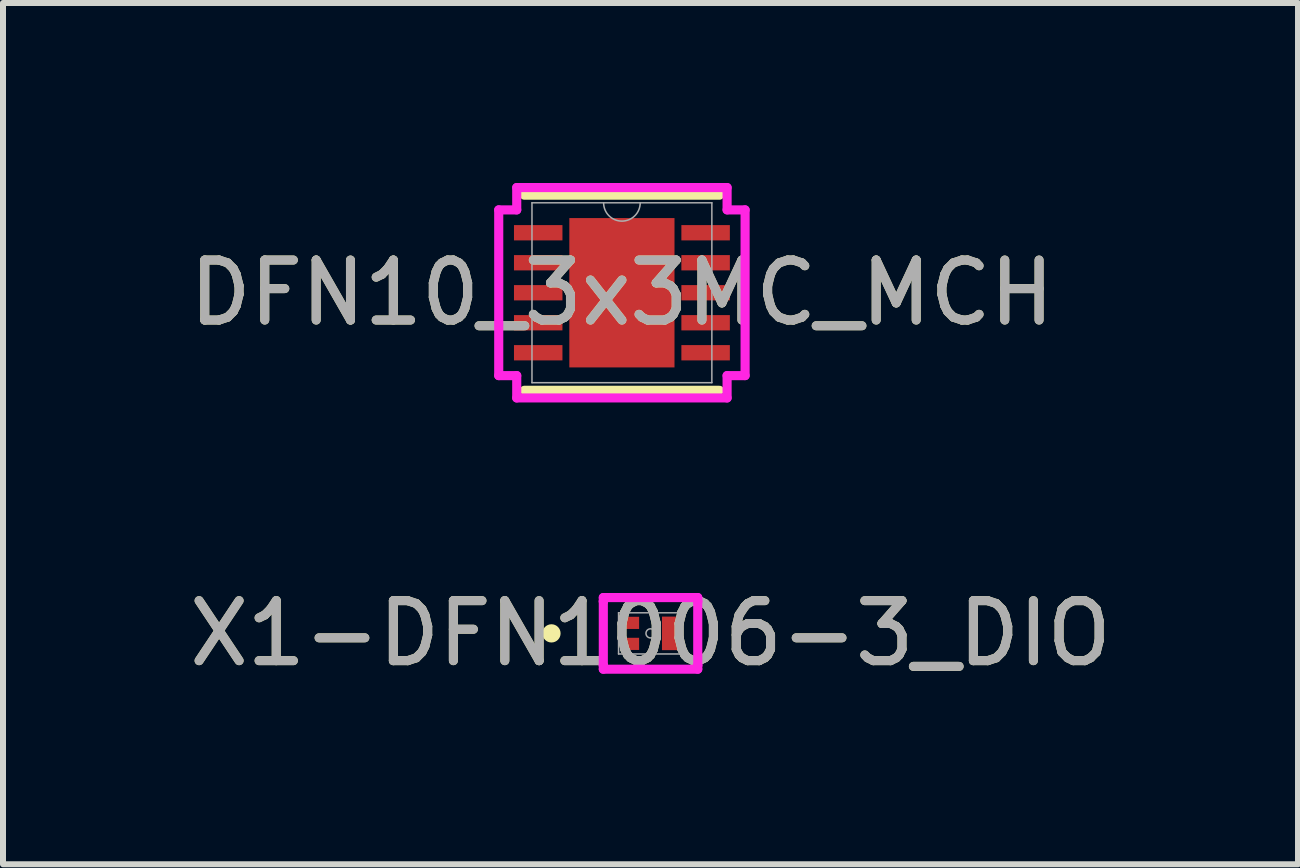
<source format=kicad_pcb>
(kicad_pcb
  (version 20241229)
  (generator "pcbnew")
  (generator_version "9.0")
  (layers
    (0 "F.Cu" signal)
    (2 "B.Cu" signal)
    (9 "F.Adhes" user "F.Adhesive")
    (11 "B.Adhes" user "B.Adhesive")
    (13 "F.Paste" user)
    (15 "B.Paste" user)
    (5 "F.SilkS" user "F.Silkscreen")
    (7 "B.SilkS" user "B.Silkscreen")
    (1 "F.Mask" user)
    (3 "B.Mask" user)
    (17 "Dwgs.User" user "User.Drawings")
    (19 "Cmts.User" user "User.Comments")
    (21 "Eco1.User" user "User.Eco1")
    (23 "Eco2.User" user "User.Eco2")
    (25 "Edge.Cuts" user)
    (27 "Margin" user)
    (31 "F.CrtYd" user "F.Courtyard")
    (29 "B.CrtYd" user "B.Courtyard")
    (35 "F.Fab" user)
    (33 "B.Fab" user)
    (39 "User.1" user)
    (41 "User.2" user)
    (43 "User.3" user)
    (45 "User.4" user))
  (footprint "X1-DFN1006-3_DIO"
    (layer "F.Cu")
    (at 7.792 7.506)
    (property "Reference" "X1-DFN1006-3_DIO" (at 0 0 0) (unlocked yes) (layer "F.SilkS") (effects (font (size 1 1) (thickness 0.15))))
    (attr smd)
    (fp_circle (center -1.651 0) (end -1.575 0) (stroke (width 0.152) (type solid)) (fill no) (layer "F.SilkS"))
    (fp_line (start -0.787 -0.597) (end 0.787 -0.597) (stroke (width 0.152) (type solid)) (layer "F.CrtYd"))
    (fp_line (start -0.787 -0.533) (end -0.787 -0.597) (stroke (width 0.152) (type solid)) (layer "F.CrtYd"))
    (fp_line (start -0.787 -0.533) (end -0.787 -0.533) (stroke (width 0.152) (type solid)) (layer "F.CrtYd"))
    (fp_line (start -0.787 0.533) (end -0.787 -0.533) (stroke (width 0.152) (type solid)) (layer "F.CrtYd"))
    (fp_line (start -0.787 0.533) (end -0.787 0.533) (stroke (width 0.152) (type solid)) (layer "F.CrtYd"))
    (fp_line (start -0.787 0.597) (end -0.787 0.533) (stroke (width 0.152) (type solid)) (layer "F.CrtYd"))
    (fp_line (start 0.787 -0.597) (end 0.787 -0.533) (stroke (width 0.152) (type solid)) (layer "F.CrtYd"))
    (fp_line (start 0.787 -0.533) (end 0.787 -0.533) (stroke (width 0.152) (type solid)) (layer "F.CrtYd"))
    (fp_line (start 0.787 -0.533) (end 0.787 0.533) (stroke (width 0.152) (type solid)) (layer "F.CrtYd"))
    (fp_line (start 0.787 0.533) (end 0.787 0.533) (stroke (width 0.152) (type solid)) (layer "F.CrtYd"))
    (fp_line (start 0.787 0.533) (end 0.787 0.597) (stroke (width 0.152) (type solid)) (layer "F.CrtYd"))
    (fp_line (start 0.787 0.597) (end -0.787 0.597) (stroke (width 0.152) (type solid)) (layer "F.CrtYd"))
    (fp_line (start -0.533 -0.343) (end -0.533 0.343) (stroke (width 0.025) (type solid)) (layer "F.Fab"))
    (fp_line (start -0.533 0.343) (end 0.533 0.343) (stroke (width 0.025) (type solid)) (layer "F.Fab"))
    (fp_line (start 0.533 -0.343) (end -0.533 -0.343) (stroke (width 0.025) (type solid)) (layer "F.Fab"))
    (fp_line (start 0.533 0.343) (end 0.533 -0.343) (stroke (width 0.025) (type solid)) (layer "F.Fab"))
    (fp_circle (center 0 0) (end 0.076 0) (stroke (width 0.025) (type solid)) (fill no) (layer "F.Fab"))
    (fp_text user "${REFERENCE}" (at 0 0 0) (unlocked yes) (layer "F.Fab") (effects (font (size 1 1) (thickness 0.15))))
    (pad "1" smd rect (at -0.343 -0.175) (size 0.305 0.203) (layers "F.Cu" "F.Mask" "F.Paste"))
    (pad "2" smd rect (at -0.343 0.175) (size 0.305 0.203) (layers "F.Cu" "F.Mask" "F.Paste"))
    (pad "3" smd rect (at 0.343 0) (size 0.305 0.559) (layers "F.Cu" "F.Mask" "F.Paste")))
  (footprint "DFN10_3x3MC_MCH"
    (layer "F.Cu")
    (at 7.315 1.829)
    (property "Reference" "DFN10_3x3MC_MCH" (at 0 0 0) (unlocked yes) (layer "F.SilkS") (effects (font (size 1 1) (thickness 0.15))))
    (attr smd)
    (fp_line (start -1.626 1.626) (end 1.626 1.626) (stroke (width 0.152) (type solid)) (layer "F.SilkS"))
    (fp_line (start 1.626 -1.626) (end -1.626 -1.626) (stroke (width 0.152) (type solid)) (layer "F.SilkS"))
    (fp_line (start -2.053 -1.381) (end -1.753 -1.381) (stroke (width 0.152) (type solid)) (layer "F.CrtYd"))
    (fp_line (start -2.053 1.381) (end -2.053 -1.381) (stroke (width 0.152) (type solid)) (layer "F.CrtYd"))
    (fp_line (start -2.053 1.381) (end -1.753 1.381) (stroke (width 0.152) (type solid)) (layer "F.CrtYd"))
    (fp_line (start -1.753 -1.753) (end 1.753 -1.753) (stroke (width 0.152) (type solid)) (layer "F.CrtYd"))
    (fp_line (start -1.753 -1.381) (end -1.753 -1.753) (stroke (width 0.152) (type solid)) (layer "F.CrtYd"))
    (fp_line (start -1.753 1.753) (end -1.753 1.381) (stroke (width 0.152) (type solid)) (layer "F.CrtYd"))
    (fp_line (start 1.753 -1.753) (end 1.753 -1.381) (stroke (width 0.152) (type solid)) (layer "F.CrtYd"))
    (fp_line (start 1.753 1.381) (end 1.753 1.753) (stroke (width 0.152) (type solid)) (layer "F.CrtYd"))
    (fp_line (start 1.753 1.753) (end -1.753 1.753) (stroke (width 0.152) (type solid)) (layer "F.CrtYd"))
    (fp_line (start 2.053 -1.381) (end 1.753 -1.381) (stroke (width 0.152) (type solid)) (layer "F.CrtYd"))
    (fp_line (start 2.053 -1.381) (end 2.053 1.381) (stroke (width 0.152) (type solid)) (layer "F.CrtYd"))
    (fp_line (start 2.053 1.381) (end 1.753 1.381) (stroke (width 0.152) (type solid)) (layer "F.CrtYd"))
    (fp_line (start -1.499 -1.499) (end -1.499 1.499) (stroke (width 0.025) (type solid)) (layer "F.Fab"))
    (fp_line (start -1.499 1.499) (end 1.499 1.499) (stroke (width 0.025) (type solid)) (layer "F.Fab"))
    (fp_line (start 1.499 -1.499) (end -1.499 -1.499) (stroke (width 0.025) (type solid)) (layer "F.Fab"))
    (fp_line (start 1.499 1.499) (end 1.499 -1.499) (stroke (width 0.025) (type solid)) (layer "F.Fab"))
    (fp_arc (start 0.3048 -1.4986) (mid 0 -1.1938) (end -0.3048 -1.4986) (stroke (width 0.0254) (type solid)) (layer "F.Fab"))
    (fp_text user "${REFERENCE}" (at 0 0 0) (unlocked yes) (layer "F.Fab") (effects (font (size 1 1) (thickness 0.15))))
    (pad "1" smd rect (at -1.395 -1) (size 0.808 0.255) (layers "F.Cu" "F.Mask" "F.Paste"))
    (pad "2" smd rect (at -1.395 -0.5) (size 0.808 0.255) (layers "F.Cu" "F.Mask" "F.Paste"))
    (pad "3" smd rect (at -1.395 0) (size 0.808 0.255) (layers "F.Cu" "F.Mask" "F.Paste"))
    (pad "4" smd rect (at -1.395 0.5) (size 0.808 0.255) (layers "F.Cu" "F.Mask" "F.Paste"))
    (pad "5" smd rect (at -1.395 1) (size 0.808 0.255) (layers "F.Cu" "F.Mask" "F.Paste"))
    (pad "6" smd rect (at 1.395 1) (size 0.808 0.255) (layers "F.Cu" "F.Mask" "F.Paste"))
    (pad "7" smd rect (at 1.395 0.5) (size 0.808 0.255) (layers "F.Cu" "F.Mask" "F.Paste"))
    (pad "8" smd rect (at 1.395 0) (size 0.808 0.255) (layers "F.Cu" "F.Mask" "F.Paste"))
    (pad "9" smd rect (at 1.395 -0.5) (size 0.808 0.255) (layers "F.Cu" "F.Mask" "F.Paste"))
    (pad "10" smd rect (at 1.395 -1) (size 0.808 0.255) (layers "F.Cu" "F.Mask" "F.Paste"))
    (pad "11" smd rect (at 0 0) (size 1.753 2.489) (layers "F.Cu" "F.Mask" "F.Paste")))
  (gr_rect
    (start -3 -3)
    (end 18.583 11.354)
    (stroke (width 0.1) (type default))
    (fill no)
    (layer "Edge.Cuts")))
</source>
